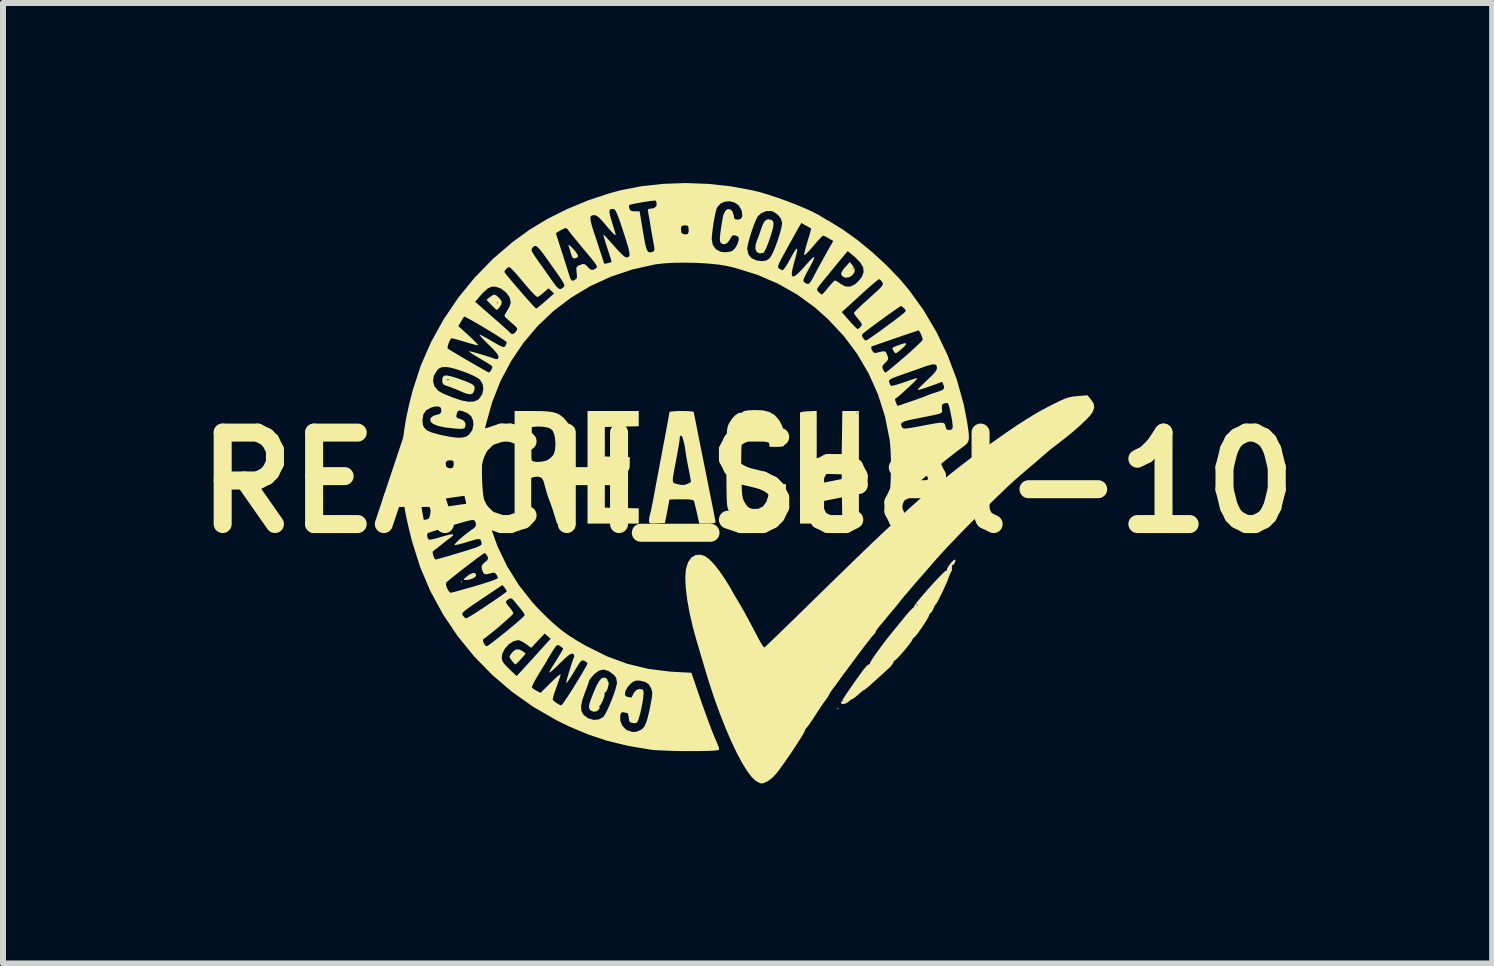
<source format=kicad_pcb>
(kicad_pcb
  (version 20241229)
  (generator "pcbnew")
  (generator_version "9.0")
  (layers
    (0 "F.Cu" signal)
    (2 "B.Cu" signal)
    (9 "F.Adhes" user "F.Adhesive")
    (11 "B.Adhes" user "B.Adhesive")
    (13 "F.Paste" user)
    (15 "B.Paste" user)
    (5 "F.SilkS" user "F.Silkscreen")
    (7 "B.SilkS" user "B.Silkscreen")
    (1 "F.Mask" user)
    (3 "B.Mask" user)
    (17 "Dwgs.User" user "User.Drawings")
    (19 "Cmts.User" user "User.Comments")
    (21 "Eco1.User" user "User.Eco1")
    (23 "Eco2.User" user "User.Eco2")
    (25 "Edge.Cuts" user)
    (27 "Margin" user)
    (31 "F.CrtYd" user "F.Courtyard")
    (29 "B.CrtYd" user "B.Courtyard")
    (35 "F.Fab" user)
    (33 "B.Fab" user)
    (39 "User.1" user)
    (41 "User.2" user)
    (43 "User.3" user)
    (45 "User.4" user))
  (footprint "REACH_Seal-10"
    (layer "F.Cu")
    (at 9.405 4.992)
    (property "Reference" "REACH_Seal-10" (at 0 0 0) (layer "F.SilkS") (effects (font (size 1.524 1.524) (thickness 0.3))))
    (attr board_only exclude_from_pos_files exclude_from_bom)
    (fp_poly (pts (xy -4.756 1.653) (xy -4.766 1.663) (xy -4.777 1.653) (xy -4.766 1.642)) (stroke (width 0) (type solid)) (fill yes) (layer "F.SilkS"))
    (fp_poly (pts (xy 1.514 3.764) (xy 1.504 3.775) (xy 1.493 3.764) (xy 1.504 3.753)) (stroke (width 0) (type solid)) (fill yes) (layer "F.SilkS"))
    (fp_poly (pts (xy -4.538 1.507) (xy -4.521 1.539) (xy -4.521 1.544) (xy -4.54 1.574) (xy -4.587 1.6) (xy -4.649 1.618) (xy -4.686 1.621) (xy -4.725 1.619) (xy -4.726 1.607) (xy -4.7 1.581) (xy -4.634 1.53) (xy -4.578 1.505)) (stroke (width 0) (type solid)) (fill yes) (layer "F.SilkS"))
    (fp_poly (pts (xy -2.967 -3.954) (xy -2.944 -3.935) (xy -2.896 -3.886) (xy -2.852 -3.831) (xy -2.826 -3.788) (xy -2.826 -3.763) (xy -2.839 -3.752) (xy -2.884 -3.734) (xy -2.916 -3.751) (xy -2.94 -3.807) (xy -2.943 -3.819) (xy -2.961 -3.883) (xy -2.977 -3.933) (xy -2.98 -3.941) (xy -2.984 -3.962)) (stroke (width 0) (type solid)) (fill yes) (layer "F.SilkS"))
    (fp_poly (pts (xy 2.643 -2.309) (xy 2.615 -2.273) (xy 2.58 -2.24) (xy 2.527 -2.195) (xy 2.486 -2.164) (xy 2.469 -2.155) (xy 2.449 -2.171) (xy 2.43 -2.198) (xy 2.416 -2.227) (xy 2.416 -2.244) (xy 2.438 -2.26) (xy 2.49 -2.281) (xy 2.512 -2.289) (xy 2.592 -2.317) (xy 2.636 -2.324)) (stroke (width 0) (type solid)) (fill yes) (layer "F.SilkS"))
    (fp_poly (pts (xy -3.744 2.81) (xy -3.696 2.848) (xy -3.775 2.938) (xy -3.821 2.987) (xy -3.855 3.02) (xy -3.867 3.028) (xy -3.886 3.013) (xy -3.919 2.977) (xy -3.923 2.972) (xy -3.953 2.93) (xy -3.967 2.902) (xy -3.967 2.9) (xy -3.955 2.875) (xy -3.926 2.833) (xy -3.923 2.829) (xy -3.867 2.782) (xy -3.805 2.778)) (stroke (width 0) (type solid)) (fill yes) (layer "F.SilkS"))
    (fp_poly (pts (xy 1.747 -3.624) (xy 1.784 -3.563) (xy 1.783 -3.51) (xy 1.748 -3.459) (xy 1.692 -3.422) (xy 1.631 -3.414) (xy 1.582 -3.438) (xy 1.561 -3.469) (xy 1.564 -3.504) (xy 1.595 -3.552) (xy 1.612 -3.572) (xy 1.749 -3.572) (xy 1.759 -3.562) (xy 1.77 -3.572) (xy 1.759 -3.583) (xy 1.749 -3.572) (xy 1.612 -3.572) (xy 1.63 -3.594) (xy 1.704 -3.676)) (stroke (width 0) (type solid)) (fill yes) (layer "F.SilkS"))
    (fp_poly (pts (xy -1.813 -0.94) (xy -2.095 -0.934) (xy -2.378 -0.928) (xy -2.378 -0.437) (xy -2.17 -0.431) (xy -1.962 -0.425) (xy -1.962 -0.346) (xy -1.964 -0.268) (xy -1.974 -0.218) (xy -2 -0.189) (xy -2.049 -0.174) (xy -2.13 -0.168) (xy -2.183 -0.166) (xy -2.378 -0.16) (xy -2.378 0.416) (xy -2.095 0.422) (xy -1.813 0.428) (xy -1.813 0.682) (xy -2.666 0.682) (xy -2.666 -1.194) (xy -1.813 -1.194)) (stroke (width 0) (type solid)) (fill yes) (layer "F.SilkS"))
    (fp_poly (pts (xy -4.186 -3.119) (xy -4.142 -3.082) (xy -4.107 -3.038) (xy -4.095 -3.006) (xy -4.106 -2.966) (xy -4.133 -2.921) (xy -4.163 -2.887) (xy -4.179 -2.879) (xy -4.199 -2.893) (xy -4.238 -2.93) (xy -4.27 -2.963) (xy -4.301 -2.996) (xy -4.18 -2.996) (xy -4.169 -2.986) (xy -4.159 -2.996) (xy -4.169 -3.007) (xy -4.18 -2.996) (xy -4.301 -2.996) (xy -4.349 -3.048) (xy -4.294 -3.091) (xy -4.251 -3.121) (xy -4.224 -3.135) (xy -4.223 -3.135)) (stroke (width 0) (type solid)) (fill yes) (layer "F.SilkS"))
    (fp_poly (pts (xy 0.399 -4.378) (xy 0.425 -4.354) (xy 0.433 -4.31) (xy 0.423 -4.241) (xy 0.395 -4.141) (xy 0.373 -4.074) (xy 0.339 -3.977) (xy 0.306 -3.898) (xy 0.279 -3.847) (xy 0.264 -3.83) (xy 0.201 -3.819) (xy 0.154 -3.843) (xy 0.154 -3.843) (xy 0.131 -3.894) (xy 0.135 -3.967) (xy 0.158 -4.038) (xy 0.185 -4.105) (xy 0.211 -4.181) (xy 0.214 -4.191) (xy 0.248 -4.289) (xy 0.28 -4.351) (xy 0.314 -4.382) (xy 0.354 -4.388)) (stroke (width 0) (type solid)) (fill yes) (layer "F.SilkS"))
    (fp_poly (pts (xy 1.152 -0.404) (xy 1.36 -0.41) (xy 1.568 -0.416) (xy 1.579 -1.162) (xy 1.813 -1.162) (xy 1.823 -1.152) (xy 1.834 -1.162) (xy 1.823 -1.173) (xy 1.813 -1.162) (xy 1.579 -1.162) (xy 1.579 -1.194) (xy 1.855 -1.194) (xy 1.855 0.682) (xy 1.579 0.682) (xy 1.573 0.272) (xy 1.568 -0.139) (xy 1.36 -0.145) (xy 1.152 -0.151) (xy 1.152 0.682) (xy 0.874 0.682) (xy 0.874 -0.235) (xy 0.874 -0.428) (xy 0.874 -0.609) (xy 0.874 -0.772) (xy 0.874 -0.913) (xy 0.874 -1.027) (xy 0.874 -1.11) (xy 0.874 -1.158) (xy 0.874 -1.168) (xy 0.894 -1.177) (xy 0.944 -1.185) (xy 1.013 -1.19) (xy 1.152 -1.196)) (stroke (width 0) (type solid)) (fill yes) (layer "F.SilkS"))
    (fp_poly (pts (xy -4.948 -1.774) (xy -4.848 -1.744) (xy -4.798 -1.726) (xy -4.69 -1.687) (xy -4.617 -1.656) (xy -4.573 -1.63) (xy -4.551 -1.603) (xy -4.547 -1.572) (xy -4.552 -1.539) (xy -4.577 -1.488) (xy -4.622 -1.471) (xy -4.692 -1.486) (xy -4.732 -1.502) (xy -4.789 -1.526) (xy -4.798 -1.53) (xy -4.879 -1.564) (xy -4.933 -1.585) (xy -4.974 -1.6) (xy -5.014 -1.613) (xy -5.022 -1.616) (xy -5.067 -1.636) (xy -5.084 -1.67) (xy -5.086 -1.708) (xy -5.085 -1.72) (xy -5.005 -1.72) (xy -5.002 -1.708) (xy -4.99 -1.706) (xy -4.973 -1.714) (xy -4.976 -1.72) (xy -5.002 -1.723) (xy -5.005 -1.72) (xy -5.085 -1.72) (xy -5.08 -1.754) (xy -5.059 -1.78) (xy -5.016 -1.787)) (stroke (width 0) (type solid)) (fill yes) (layer "F.SilkS"))
    (fp_poly (pts (xy -2.369 3.252) (xy -2.338 3.269) (xy -2.335 3.284) (xy -2.33 3.306) (xy -2.323 3.31) (xy -2.313 3.332) (xy -2.318 3.378) (xy -2.332 3.431) (xy -2.352 3.476) (xy -2.372 3.497) (xy -2.374 3.498) (xy -2.386 3.507) (xy -2.383 3.511) (xy -2.382 3.537) (xy -2.395 3.586) (xy -2.417 3.642) (xy -2.442 3.691) (xy -2.462 3.716) (xy -2.473 3.73) (xy -2.468 3.732) (xy -2.463 3.748) (xy -2.474 3.775) (xy -2.513 3.809) (xy -2.567 3.816) (xy -2.617 3.794) (xy -2.619 3.792) (xy -2.637 3.766) (xy -2.642 3.731) (xy -2.633 3.679) (xy -2.608 3.604) (xy -2.569 3.504) (xy -2.519 3.389) (xy -2.477 3.311) (xy -2.439 3.265) (xy -2.401 3.248)) (stroke (width 0) (type solid)) (fill yes) (layer "F.SilkS"))
    (fp_poly (pts (xy -3.588 -1.194) (xy -3.442 -1.193) (xy -3.33 -1.187) (xy -3.245 -1.175) (xy -3.179 -1.156) (xy -3.124 -1.127) (xy -3.073 -1.088) (xy -3.067 -1.083) (xy -2.983 -0.983) (xy -2.928 -0.859) (xy -2.901 -0.723) (xy -2.902 -0.582) (xy -2.931 -0.446) (xy -2.989 -0.325) (xy -3.048 -0.252) (xy -3.096 -0.202) (xy -3.127 -0.16) (xy -3.135 -0.142) (xy -3.129 -0.115) (xy -3.112 -0.056) (xy -3.087 0.027) (xy -3.057 0.124) (xy -3.025 0.229) (xy -2.992 0.331) (xy -2.962 0.423) (xy -2.938 0.496) (xy -2.921 0.542) (xy -2.921 0.544) (xy -2.893 0.614) (xy -2.886 0.655) (xy -2.906 0.675) (xy -2.958 0.682) (xy -3.026 0.682) (xy -3.175 0.682) (xy -3.222 0.528) (xy -3.249 0.442) (xy -3.276 0.363) (xy -3.297 0.309) (xy -3.298 0.307) (xy -3.32 0.248) (xy -3.345 0.17) (xy -3.357 0.126) (xy -3.378 0.052) (xy -3.395 -0.011) (xy -3.403 -0.037) (xy -3.436 -0.085) (xy -3.496 -0.101) (xy -3.549 -0.095) (xy -3.604 -0.081) (xy -3.604 0.682) (xy -3.881 0.682) (xy -3.881 -0.47) (xy -3.601 -0.47) (xy -3.6 -0.406) (xy -3.597 -0.374) (xy -3.597 -0.373) (xy -3.569 -0.354) (xy -3.514 -0.346) (xy -3.444 -0.348) (xy -3.375 -0.361) (xy -3.336 -0.375) (xy -3.278 -0.415) (xy -3.234 -0.465) (xy -3.23 -0.471) (xy -3.207 -0.548) (xy -3.2 -0.647) (xy -3.209 -0.752) (xy -3.223 -0.811) (xy -3.249 -0.87) (xy -3.292 -0.904) (xy -3.324 -0.916) (xy -3.397 -0.931) (xy -3.479 -0.935) (xy -3.498 -0.935) (xy -3.594 -0.928) (xy -3.6 -0.662) (xy -3.601 -0.559) (xy -3.601 -0.47) (xy -3.881 -0.47) (xy -3.881 -1.194)) (stroke (width 0) (type solid)) (fill yes) (layer "F.SilkS"))
    (fp_poly (pts (xy -1.011 -1.193) (xy -0.943 -1.188) (xy -0.903 -1.182) (xy -0.896 -1.177) (xy -0.892 -1.153) (xy -0.88 -1.092) (xy -0.861 -0.998) (xy -0.837 -0.875) (xy -0.808 -0.727) (xy -0.774 -0.56) (xy -0.738 -0.378) (xy -0.714 -0.262) (xy -0.676 -0.072) (xy -0.641 0.106) (xy -0.609 0.266) (xy -0.581 0.405) (xy -0.559 0.518) (xy -0.543 0.601) (xy -0.535 0.649) (xy -0.533 0.659) (xy -0.553 0.673) (xy -0.61 0.681) (xy -0.669 0.682) (xy -0.804 0.682) (xy -0.841 0.517) (xy -0.86 0.434) (xy -0.877 0.363) (xy -0.887 0.319) (xy -0.889 0.315) (xy -0.899 0.297) (xy -0.923 0.286) (xy -0.969 0.28) (xy -1.046 0.277) (xy -1.1 0.277) (xy -1.187 0.278) (xy -1.255 0.279) (xy -1.295 0.281) (xy -1.302 0.283) (xy -1.306 0.304) (xy -1.316 0.359) (xy -1.331 0.435) (xy -1.339 0.48) (xy -1.376 0.672) (xy -1.509 0.678) (xy -1.582 0.681) (xy -1.621 0.677) (xy -1.638 0.664) (xy -1.642 0.639) (xy -1.642 0.633) (xy -1.636 0.574) (xy -1.623 0.52) (xy -1.611 0.475) (xy -1.595 0.398) (xy -1.576 0.302) (xy -1.559 0.213) (xy -1.542 0.123) (xy -1.52 0.000187) (xy -1.511 -0.048) (xy -1.246 -0.048) (xy -1.243 -0.017) (xy -1.234 0.001) (xy -1.217 0.011) (xy -1.193 0.017) (xy -1.188 0.019) (xy -1.105 0.038) (xy -1.043 0.036) (xy -0.996 0.018) (xy -0.958 -0.002) (xy -0.943 -0.01) (xy -0.945 -0.032) (xy -0.954 -0.085) (xy -0.968 -0.162) (xy -0.979 -0.215) (xy -0.999 -0.317) (xy -1.017 -0.415) (xy -1.03 -0.494) (xy -1.033 -0.517) (xy -1.042 -0.583) (xy -1.051 -0.632) (xy -1.054 -0.645) (xy -1.065 -0.685) (xy -1.076 -0.73) (xy -1.094 -0.776) (xy -1.114 -0.787) (xy -1.128 -0.763) (xy -1.13 -0.74) (xy -1.134 -0.701) (xy -1.145 -0.629) (xy -1.161 -0.536) (xy -1.18 -0.431) (xy -1.181 -0.425) (xy -1.208 -0.282) (xy -1.228 -0.175) (xy -1.241 -0.099) (xy -1.246 -0.048) (xy -1.511 -0.048) (xy -1.492 -0.147) (xy -1.462 -0.308) (xy -1.43 -0.475) (xy -1.408 -0.595) (xy -1.379 -0.745) (xy -1.354 -0.881) (xy -1.332 -0.998) (xy -1.316 -1.09) (xy -1.305 -1.151) (xy -1.301 -1.177) (xy -1.301 -1.177) (xy -1.281 -1.184) (xy -1.228 -1.19) (xy -1.151 -1.194) (xy -1.098 -1.194)) (stroke (width 0) (type solid)) (fill yes) (layer "F.SilkS"))
    (fp_poly (pts (xy 0.253 -1.205) (xy 0.364 -1.178) (xy 0.451 -1.126) (xy 0.523 -1.046) (xy 0.539 -1.021) (xy 0.571 -0.957) (xy 0.599 -0.88) (xy 0.62 -0.799) (xy 0.633 -0.726) (xy 0.634 -0.671) (xy 0.622 -0.645) (xy 0.621 -0.644) (xy 0.606 -0.625) (xy 0.609 -0.617) (xy 0.596 -0.606) (xy 0.551 -0.599) (xy 0.494 -0.597) (xy 0.368 -0.597) (xy 0.354 -0.686) (xy 0.333 -0.766) (xy 0.3 -0.846) (xy 0.294 -0.857) (xy 0.235 -0.926) (xy 0.16 -0.956) (xy 0.074 -0.947) (xy 0.028 -0.927) (xy -0.013 -0.899) (xy -0.046 -0.86) (xy -0.07 -0.807) (xy -0.088 -0.733) (xy -0.099 -0.636) (xy -0.104 -0.508) (xy -0.105 -0.347) (xy -0.103 -0.206) (xy -0.101 -0.055) (xy -0.098 0.059) (xy -0.094 0.144) (xy -0.088 0.206) (xy -0.08 0.251) (xy -0.069 0.286) (xy -0.054 0.317) (xy -0.045 0.335) (xy -0.005 0.393) (xy 0.037 0.424) (xy 0.089 0.438) (xy 0.182 0.435) (xy 0.258 0.395) (xy 0.314 0.32) (xy 0.349 0.211) (xy 0.356 0.162) (xy 0.366 0.094) (xy 0.383 0.053) (xy 0.417 0.033) (xy 0.478 0.026) (xy 0.538 0.025) (xy 0.64 0.025) (xy 0.639 0.125) (xy 0.632 0.227) (xy 0.614 0.329) (xy 0.587 0.421) (xy 0.556 0.495) (xy 0.522 0.542) (xy 0.496 0.554) (xy 0.471 0.571) (xy 0.469 0.582) (xy 0.452 0.61) (xy 0.411 0.643) (xy 0.406 0.647) (xy 0.35 0.667) (xy 0.266 0.683) (xy 0.167 0.693) (xy 0.067 0.697) (xy -0.018 0.693) (xy -0.067 0.684) (xy -0.129 0.657) (xy -0.186 0.619) (xy -0.229 0.579) (xy -0.247 0.545) (xy -0.246 0.538) (xy -0.247 0.52) (xy -0.255 0.522) (xy -0.277 0.514) (xy -0.306 0.477) (xy -0.314 0.465) (xy -0.325 0.441) (xy -0.333 0.412) (xy -0.34 0.372) (xy -0.345 0.317) (xy -0.348 0.241) (xy -0.35 0.14) (xy -0.351 0.008) (xy -0.352 -0.159) (xy -0.352 -0.256) (xy -0.352 -0.44) (xy -0.351 -0.586) (xy -0.35 -0.7) (xy -0.348 -0.787) (xy -0.344 -0.851) (xy -0.338 -0.899) (xy -0.331 -0.934) (xy -0.321 -0.962) (xy -0.308 -0.988) (xy -0.304 -0.995) (xy -0.259 -1.065) (xy -0.206 -1.122) (xy -0.155 -1.158) (xy -0.116 -1.165) (xy -0.115 -1.164) (xy -0.086 -1.17) (xy -0.08 -1.179) (xy -0.053 -1.194) (xy 0.013 -1.205) (xy 0.111 -1.21)) (stroke (width 0) (type solid)) (fill yes) (layer "F.SilkS"))
    (fp_poly (pts (xy 3.464 1.296) (xy 3.456 1.328) (xy 3.434 1.363) (xy 3.416 1.371) (xy 3.404 1.384) (xy 3.406 1.408) (xy 3.406 1.456) (xy 3.396 1.477) (xy 3.377 1.513) (xy 3.354 1.571) (xy 3.348 1.589) (xy 3.328 1.642) (xy 3.296 1.715) (xy 3.258 1.798) (xy 3.218 1.88) (xy 3.181 1.953) (xy 3.152 2.005) (xy 3.136 2.026) (xy 3.119 2.051) (xy 3.097 2.099) (xy 3.094 2.106) (xy 3.07 2.152) (xy 3.049 2.175) (xy 3.047 2.175) (xy 3.03 2.192) (xy 3.028 2.202) (xy 3.017 2.232) (xy 2.987 2.285) (xy 2.945 2.352) (xy 2.897 2.424) (xy 2.849 2.492) (xy 2.808 2.545) (xy 2.779 2.576) (xy 2.772 2.581) (xy 2.752 2.597) (xy 2.751 2.607) (xy 2.738 2.634) (xy 2.703 2.683) (xy 2.654 2.745) (xy 2.598 2.812) (xy 2.543 2.876) (xy 2.494 2.928) (xy 2.46 2.959) (xy 2.45 2.964) (xy 2.433 2.981) (xy 2.431 2.993) (xy 2.416 3.022) (xy 2.378 3.068) (xy 2.328 3.116) (xy 2.204 3.229) (xy 2.108 3.315) (xy 2.037 3.379) (xy 1.987 3.421) (xy 1.956 3.445) (xy 1.941 3.455) (xy 1.939 3.455) (xy 1.917 3.468) (xy 1.876 3.503) (xy 1.846 3.53) (xy 1.797 3.572) (xy 1.759 3.599) (xy 1.747 3.604) (xy 1.719 3.618) (xy 1.685 3.647) (xy 1.642 3.676) (xy 1.598 3.689) (xy 1.565 3.683) (xy 1.557 3.667) (xy 1.568 3.642) (xy 1.572 3.636) (xy 1.578 3.636) (xy 1.589 3.647) (xy 1.599 3.636) (xy 1.589 3.626) (xy 1.578 3.636) (xy 1.572 3.636) (xy 1.6 3.59) (xy 1.647 3.518) (xy 1.705 3.434) (xy 1.708 3.43) (xy 1.799 3.299) (xy 1.87 3.2) (xy 1.923 3.128) (xy 1.962 3.079) (xy 1.989 3.049) (xy 2.008 3.034) (xy 2.022 3.029) (xy 2.04 3.018) (xy 2.038 3.009) (xy 2.047 2.988) (xy 2.077 2.94) (xy 2.123 2.872) (xy 2.181 2.791) (xy 2.245 2.704) (xy 2.31 2.618) (xy 2.371 2.54) (xy 2.424 2.476) (xy 2.426 2.473) (xy 2.45 2.444) (xy 2.494 2.39) (xy 2.551 2.32) (xy 2.594 2.266) (xy 2.654 2.194) (xy 2.705 2.136) (xy 2.741 2.099) (xy 2.754 2.09) (xy 2.772 2.074) (xy 2.772 2.067) (xy 2.786 2.042) (xy 2.789 2.037) (xy 2.815 2.037) (xy 2.826 2.047) (xy 2.836 2.037) (xy 2.826 2.026) (xy 2.815 2.037) (xy 2.789 2.037) (xy 2.822 1.992) (xy 2.877 1.925) (xy 2.944 1.846) (xy 3.018 1.762) (xy 3.093 1.678) (xy 3.166 1.6) (xy 3.229 1.535) (xy 3.277 1.488) (xy 3.306 1.465) (xy 3.311 1.464) (xy 3.324 1.465) (xy 3.321 1.457) (xy 3.326 1.431) (xy 3.351 1.387) (xy 3.388 1.339) (xy 3.425 1.299) (xy 3.453 1.28) (xy 3.456 1.28)) (stroke (width 0) (type solid)) (fill yes) (layer "F.SilkS"))
    (fp_poly (pts (xy 5.722 -1.387) (xy 5.767 -1.318) (xy 5.776 -1.253) (xy 5.75 -1.179) (xy 5.749 -1.177) (xy 5.71 -1.122) (xy 5.641 -1.048) (xy 5.548 -0.96) (xy 5.438 -0.862) (xy 5.315 -0.761) (xy 5.186 -0.661) (xy 5.172 -0.65) (xy 5.099 -0.595) (xy 5.03 -0.54) (xy 4.952 -0.473) (xy 4.907 -0.434) (xy 4.856 -0.39) (xy 4.785 -0.328) (xy 4.705 -0.261) (xy 4.671 -0.232) (xy 4.586 -0.159) (xy 4.51 -0.094) (xy 4.438 -0.03) (xy 4.365 0.037) (xy 4.286 0.111) (xy 4.197 0.197) (xy 4.091 0.3) (xy 3.965 0.425) (xy 3.828 0.561) (xy 3.698 0.691) (xy 3.567 0.824) (xy 3.441 0.955) (xy 3.325 1.077) (xy 3.227 1.183) (xy 3.152 1.266) (xy 3.146 1.273) (xy 3.067 1.364) (xy 2.995 1.447) (xy 2.935 1.516) (xy 2.894 1.562) (xy 2.884 1.574) (xy 2.844 1.619) (xy 2.79 1.682) (xy 2.745 1.734) (xy 2.695 1.793) (xy 2.655 1.841) (xy 2.634 1.864) (xy 2.61 1.892) (xy 2.569 1.942) (xy 2.528 1.994) (xy 2.48 2.054) (xy 2.441 2.102) (xy 2.421 2.124) (xy 2.396 2.154) (xy 2.355 2.203) (xy 2.325 2.24) (xy 2.269 2.308) (xy 2.213 2.374) (xy 2.191 2.4) (xy 2.155 2.448) (xy 2.134 2.484) (xy 2.133 2.491) (xy 2.118 2.518) (xy 2.114 2.52) (xy 2.093 2.54) (xy 2.05 2.593) (xy 1.984 2.678) (xy 1.897 2.792) (xy 1.79 2.935) (xy 1.691 3.069) (xy 1.652 3.121) (xy 1.606 3.182) (xy 1.599 3.191) (xy 1.551 3.257) (xy 1.5 3.328) (xy 1.493 3.338) (xy 1.454 3.392) (xy 1.422 3.433) (xy 1.416 3.441) (xy 1.39 3.478) (xy 1.359 3.531) (xy 1.358 3.534) (xy 1.326 3.588) (xy 1.297 3.628) (xy 1.296 3.629) (xy 1.274 3.658) (xy 1.235 3.714) (xy 1.184 3.79) (xy 1.132 3.871) (xy 1.078 3.955) (xy 1.03 4.024) (xy 0.995 4.072) (xy 0.978 4.091) (xy 0.96 4.116) (xy 0.959 4.123) (xy 0.947 4.152) (xy 0.914 4.21) (xy 0.865 4.289) (xy 0.804 4.384) (xy 0.735 4.488) (xy 0.662 4.595) (xy 0.59 4.698) (xy 0.522 4.791) (xy 0.485 4.84) (xy 0.415 4.915) (xy 0.338 4.973) (xy 0.265 5.007) (xy 0.231 5.012) (xy 0.195 5) (xy 0.145 4.974) (xy 0.142 4.972) (xy 0.073 4.909) (xy -0.004 4.809) (xy -0.088 4.674) (xy -0.176 4.509) (xy -0.268 4.317) (xy -0.361 4.102) (xy -0.454 3.867) (xy -0.546 3.616) (xy -0.633 3.353) (xy -0.694 3.156) (xy -0.732 3.028) (xy -0.771 2.897) (xy -0.807 2.775) (xy -0.836 2.678) (xy -0.841 2.662) (xy -0.91 2.412) (xy -0.965 2.174) (xy -1.005 1.954) (xy -1.029 1.756) (xy -1.037 1.586) (xy -1.028 1.449) (xy -1.025 1.435) (xy -0.991 1.325) (xy -0.936 1.247) (xy -0.865 1.205) (xy -0.781 1.2) (xy -0.705 1.226) (xy -0.638 1.275) (xy -0.559 1.357) (xy -0.471 1.468) (xy -0.379 1.601) (xy -0.287 1.751) (xy -0.256 1.807) (xy -0.228 1.856) (xy -0.187 1.926) (xy -0.146 1.994) (xy -0.106 2.062) (xy -0.061 2.141) (xy -0.008 2.237) (xy 0.056 2.357) (xy 0.134 2.504) (xy 0.188 2.608) (xy 0.226 2.675) (xy 0.258 2.725) (xy 0.278 2.746) (xy 0.28 2.746) (xy 0.298 2.731) (xy 0.343 2.688) (xy 0.413 2.621) (xy 0.505 2.533) (xy 0.614 2.427) (xy 0.74 2.305) (xy 0.878 2.17) (xy 1.025 2.026) (xy 1.049 2.003) (xy 1.282 1.775) (xy 1.487 1.575) (xy 1.668 1.399) (xy 1.827 1.245) (xy 1.967 1.11) (xy 2.091 0.99) (xy 2.202 0.885) (xy 2.303 0.79) (xy 2.397 0.703) (xy 2.432 0.67) (xy 2.564 0.549) (xy 2.669 0.452) (xy 2.753 0.376) (xy 2.819 0.317) (xy 2.873 0.269) (xy 2.919 0.23) (xy 2.962 0.195) (xy 3.006 0.16) (xy 3.008 0.158) (xy 3.092 0.09) (xy 3.189 0.011) (xy 3.278 -0.062) (xy 3.282 -0.065) (xy 3.37 -0.138) (xy 3.473 -0.22) (xy 3.597 -0.316) (xy 3.747 -0.43) (xy 3.827 -0.491) (xy 3.897 -0.542) (xy 3.99 -0.609) (xy 4.098 -0.685) (xy 4.21 -0.764) (xy 4.319 -0.84) (xy 4.414 -0.905) (xy 4.486 -0.953) (xy 4.5 -0.963) (xy 4.63 -1.046) (xy 4.736 -1.112) (xy 4.828 -1.167) (xy 4.916 -1.216) (xy 5.012 -1.267) (xy 5.095 -1.309) (xy 5.203 -1.362) (xy 5.285 -1.398) (xy 5.353 -1.421) (xy 5.417 -1.434) (xy 5.491 -1.442) (xy 5.501 -1.443) (xy 5.664 -1.456)) (stroke (width 0) (type solid)) (fill yes) (layer "F.SilkS"))
    (fp_poly (pts (xy -0.65 -4.978) (xy -0.279 -4.938) (xy 0.076 -4.872) (xy 0.213 -4.838) (xy 0.355 -4.796) (xy 0.511 -4.744) (xy 0.671 -4.686) (xy 0.828 -4.625) (xy 0.973 -4.564) (xy 1.096 -4.507) (xy 1.19 -4.458) (xy 1.21 -4.445) (xy 1.256 -4.417) (xy 1.321 -4.379) (xy 1.359 -4.358) (xy 1.595 -4.213) (xy 1.839 -4.037) (xy 2.082 -3.837) (xy 2.316 -3.621) (xy 2.532 -3.398) (xy 2.691 -3.21) (xy 2.935 -2.871) (xy 3.151 -2.505) (xy 3.336 -2.117) (xy 3.487 -1.717) (xy 3.601 -1.309) (xy 3.657 -1.024) (xy 3.676 -0.896) (xy 3.687 -0.803) (xy 3.688 -0.736) (xy 3.678 -0.689) (xy 3.656 -0.652) (xy 3.619 -0.619) (xy 3.588 -0.596) (xy 3.494 -0.526) (xy 3.375 -0.434) (xy 3.238 -0.324) (xy 3.088 -0.202) (xy 2.933 -0.074) (xy 2.78 0.055) (xy 2.634 0.18) (xy 2.503 0.294) (xy 2.433 0.357) (xy 2.386 0.398) (xy 2.353 0.423) (xy 2.345 0.426) (xy 2.343 0.407) (xy 2.346 0.355) (xy 2.356 0.28) (xy 2.361 0.24) (xy 2.376 0.113) (xy 2.385 -0.042) (xy 2.389 -0.212) (xy 2.389 -0.383) (xy 2.383 -0.543) (xy 2.372 -0.678) (xy 2.367 -0.719) (xy 2.316 -0.975) (xy 2.557 -0.975) (xy 2.565 -0.943) (xy 2.579 -0.918) (xy 2.592 -0.907) (xy 2.618 -0.902) (xy 2.662 -0.905) (xy 2.731 -0.915) (xy 2.832 -0.933) (xy 2.895 -0.945) (xy 3.031 -0.971) (xy 3.131 -0.989) (xy 3.201 -0.998) (xy 3.246 -0.999) (xy 3.274 -0.99) (xy 3.288 -0.973) (xy 3.296 -0.947) (xy 3.298 -0.937) (xy 3.313 -0.892) (xy 3.342 -0.877) (xy 3.367 -0.879) (xy 3.404 -0.888) (xy 3.418 -0.914) (xy 3.417 -0.96) (xy 3.41 -1.019) (xy 3.396 -1.101) (xy 3.378 -1.187) (xy 3.361 -1.265) (xy 3.346 -1.309) (xy 3.33 -1.328) (xy 3.307 -1.328) (xy 3.288 -1.324) (xy 3.25 -1.308) (xy 3.237 -1.279) (xy 3.238 -1.232) (xy 3.241 -1.206) (xy 3.242 -1.186) (xy 3.236 -1.171) (xy 3.217 -1.157) (xy 3.18 -1.144) (xy 3.121 -1.13) (xy 3.035 -1.112) (xy 2.915 -1.088) (xy 2.799 -1.065) (xy 2.688 -1.042) (xy 2.613 -1.021) (xy 2.572 -1) (xy 2.557 -0.975) (xy 2.316 -0.975) (xy 2.29 -1.103) (xy 2.174 -1.469) (xy 2.072 -1.699) (xy 2.357 -1.699) (xy 2.358 -1.679) (xy 2.359 -1.676) (xy 2.376 -1.633) (xy 2.387 -1.615) (xy 2.412 -1.615) (xy 2.468 -1.628) (xy 2.546 -1.652) (xy 2.612 -1.674) (xy 2.699 -1.705) (xy 2.77 -1.728) (xy 2.817 -1.74) (xy 2.83 -1.741) (xy 2.819 -1.724) (xy 2.784 -1.686) (xy 2.73 -1.634) (xy 2.667 -1.574) (xy 2.6 -1.513) (xy 2.538 -1.458) (xy 2.488 -1.417) (xy 2.457 -1.395) (xy 2.459 -1.376) (xy 2.472 -1.338) (xy 2.488 -1.299) (xy 2.501 -1.28) (xy 2.501 -1.28) (xy 2.523 -1.286) (xy 2.577 -1.304) (xy 2.654 -1.331) (xy 2.743 -1.361) (xy 2.837 -1.394) (xy 2.917 -1.423) (xy 2.974 -1.444) (xy 2.998 -1.454) (xy 3.028 -1.467) (xy 3.085 -1.487) (xy 3.135 -1.503) (xy 3.214 -1.53) (xy 3.258 -1.552) (xy 3.275 -1.575) (xy 3.272 -1.606) (xy 3.265 -1.626) (xy 3.244 -1.68) (xy 3.099 -1.628) (xy 2.988 -1.588) (xy 2.912 -1.563) (xy 2.865 -1.549) (xy 2.842 -1.547) (xy 2.836 -1.551) (xy 2.851 -1.57) (xy 2.891 -1.611) (xy 2.949 -1.667) (xy 2.996 -1.712) (xy 3.079 -1.791) (xy 3.13 -1.85) (xy 3.154 -1.894) (xy 3.156 -1.911) (xy 3.15 -1.951) (xy 3.125 -1.971) (xy 3.078 -1.97) (xy 3.001 -1.95) (xy 2.941 -1.93) (xy 2.85 -1.897) (xy 2.736 -1.857) (xy 2.619 -1.816) (xy 2.564 -1.797) (xy 2.468 -1.762) (xy 2.405 -1.737) (xy 2.371 -1.717) (xy 2.357 -1.699) (xy 2.072 -1.699) (xy 2.02 -1.815) (xy 1.829 -2.141) (xy 1.744 -2.256) (xy 2.059 -2.256) (xy 2.067 -2.22) (xy 2.073 -2.206) (xy 2.102 -2.166) (xy 2.14 -2.161) (xy 2.142 -2.162) (xy 2.22 -2.182) (xy 2.267 -2.19) (xy 2.294 -2.185) (xy 2.309 -2.167) (xy 2.32 -2.144) (xy 2.342 -2.087) (xy 2.338 -2.048) (xy 2.305 -2.007) (xy 2.289 -1.993) (xy 2.253 -1.953) (xy 2.245 -1.921) (xy 2.257 -1.887) (xy 2.28 -1.848) (xy 2.298 -1.834) (xy 2.318 -1.847) (xy 2.366 -1.884) (xy 2.434 -1.941) (xy 2.519 -2.012) (xy 2.613 -2.093) (xy 2.708 -2.176) (xy 2.791 -2.252) (xy 2.857 -2.314) (xy 2.901 -2.358) (xy 2.918 -2.379) (xy 2.913 -2.41) (xy 2.897 -2.457) (xy 2.875 -2.504) (xy 2.856 -2.534) (xy 2.85 -2.538) (xy 2.829 -2.531) (xy 2.776 -2.513) (xy 2.698 -2.487) (xy 2.601 -2.454) (xy 2.495 -2.418) (xy 2.386 -2.38) (xy 2.282 -2.344) (xy 2.191 -2.313) (xy 2.12 -2.288) (xy 2.076 -2.273) (xy 2.074 -2.272) (xy 2.059 -2.256) (xy 1.744 -2.256) (xy 1.602 -2.446) (xy 1.591 -2.457) (xy 1.905 -2.457) (xy 1.916 -2.423) (xy 1.923 -2.413) (xy 1.952 -2.378) (xy 1.973 -2.368) (xy 1.996 -2.38) (xy 2.048 -2.414) (xy 2.121 -2.465) (xy 2.21 -2.528) (xy 2.282 -2.581) (xy 2.404 -2.671) (xy 2.496 -2.74) (xy 2.561 -2.79) (xy 2.604 -2.825) (xy 2.627 -2.849) (xy 2.635 -2.866) (xy 2.632 -2.879) (xy 2.621 -2.892) (xy 2.611 -2.902) (xy 2.577 -2.933) (xy 2.556 -2.943) (xy 2.535 -2.931) (xy 2.486 -2.898) (xy 2.417 -2.85) (xy 2.334 -2.791) (xy 2.243 -2.725) (xy 2.152 -2.659) (xy 2.067 -2.596) (xy 1.996 -2.542) (xy 1.943 -2.501) (xy 1.923 -2.484) (xy 1.905 -2.457) (xy 1.591 -2.457) (xy 1.338 -2.727) (xy 1.209 -2.842) (xy 1.57 -2.842) (xy 1.694 -2.7) (xy 1.751 -2.637) (xy 1.798 -2.589) (xy 1.828 -2.562) (xy 1.833 -2.559) (xy 1.858 -2.573) (xy 1.884 -2.598) (xy 1.902 -2.623) (xy 1.902 -2.647) (xy 1.879 -2.683) (xy 1.845 -2.724) (xy 1.803 -2.776) (xy 1.777 -2.815) (xy 1.772 -2.829) (xy 1.788 -2.849) (xy 1.83 -2.891) (xy 1.893 -2.952) (xy 1.972 -3.024) (xy 2.024 -3.071) (xy 2.118 -3.156) (xy 2.184 -3.217) (xy 2.226 -3.26) (xy 2.248 -3.29) (xy 2.255 -3.312) (xy 2.25 -3.331) (xy 2.243 -3.343) (xy 2.214 -3.379) (xy 2.192 -3.391) (xy 2.17 -3.377) (xy 2.123 -3.34) (xy 2.057 -3.284) (xy 1.979 -3.214) (xy 1.956 -3.194) (xy 1.868 -3.113) (xy 1.783 -3.036) (xy 1.71 -2.969) (xy 1.659 -2.923) (xy 1.655 -2.919) (xy 1.57 -2.842) (xy 1.209 -2.842) (xy 1.12 -2.921) (xy 0.827 -3.134) (xy 0.671 -3.223) (xy 1.158 -3.223) (xy 1.16 -3.206) (xy 1.171 -3.191) (xy 1.184 -3.177) (xy 1.217 -3.146) (xy 1.237 -3.135) (xy 1.257 -3.15) (xy 1.295 -3.191) (xy 1.342 -3.248) (xy 1.345 -3.252) (xy 1.394 -3.31) (xy 1.434 -3.352) (xy 1.456 -3.37) (xy 1.457 -3.37) (xy 1.483 -3.358) (xy 1.529 -3.328) (xy 1.544 -3.316) (xy 1.628 -3.27) (xy 1.708 -3.266) (xy 1.787 -3.303) (xy 1.835 -3.344) (xy 1.904 -3.428) (xy 1.934 -3.508) (xy 1.926 -3.588) (xy 1.877 -3.67) (xy 1.789 -3.76) (xy 1.763 -3.781) (xy 1.669 -3.859) (xy 1.576 -3.747) (xy 1.524 -3.686) (xy 1.481 -3.634) (xy 1.457 -3.604) (xy 1.432 -3.573) (xy 1.389 -3.52) (xy 1.335 -3.453) (xy 1.318 -3.434) (xy 1.247 -3.347) (xy 1.199 -3.287) (xy 1.17 -3.247) (xy 1.158 -3.223) (xy 0.671 -3.223) (xy 0.506 -3.316) (xy 0.162 -3.464) (xy -0.205 -3.578) (xy -0.308 -3.603) (xy 0.509 -3.603) (xy 0.511 -3.583) (xy 0.523 -3.569) (xy 0.525 -3.568) (xy 0.566 -3.545) (xy 0.586 -3.54) (xy 0.606 -3.558) (xy 0.64 -3.605) (xy 0.681 -3.673) (xy 0.701 -3.71) (xy 0.758 -3.813) (xy 0.797 -3.877) (xy 0.821 -3.902) (xy 0.828 -3.887) (xy 0.82 -3.833) (xy 0.796 -3.739) (xy 0.778 -3.675) (xy 0.748 -3.558) (xy 0.736 -3.479) (xy 0.745 -3.439) (xy 0.773 -3.435) (xy 0.823 -3.469) (xy 0.894 -3.539) (xy 0.94 -3.591) (xy 1.021 -3.681) (xy 1.076 -3.738) (xy 1.106 -3.761) (xy 1.112 -3.749) (xy 1.095 -3.704) (xy 1.055 -3.625) (xy 1.029 -3.578) (xy 0.979 -3.485) (xy 0.948 -3.422) (xy 0.933 -3.381) (xy 0.932 -3.357) (xy 0.942 -3.341) (xy 0.951 -3.334) (xy 0.989 -3.312) (xy 1.019 -3.314) (xy 1.05 -3.344) (xy 1.087 -3.408) (xy 1.098 -3.428) (xy 1.155 -3.537) (xy 1.226 -3.667) (xy 1.302 -3.804) (xy 1.375 -3.934) (xy 1.378 -3.938) (xy 1.428 -4.027) (xy 1.353 -4.071) (xy 1.301 -4.1) (xy 1.265 -4.115) (xy 1.259 -4.116) (xy 1.239 -4.101) (xy 1.198 -4.059) (xy 1.143 -3.998) (xy 1.096 -3.942) (xy 1.036 -3.874) (xy 0.987 -3.823) (xy 0.954 -3.794) (xy 0.943 -3.792) (xy 0.946 -3.821) (xy 0.96 -3.881) (xy 0.982 -3.962) (xy 1 -4.023) (xy 1.027 -4.11) (xy 1.047 -4.18) (xy 1.058 -4.223) (xy 1.06 -4.234) (xy 1.041 -4.245) (xy 0.997 -4.27) (xy 0.976 -4.282) (xy 0.896 -4.327) (xy 0.845 -4.238) (xy 0.815 -4.186) (xy 0.771 -4.107) (xy 0.717 -4.01) (xy 0.658 -3.904) (xy 0.64 -3.871) (xy 0.582 -3.764) (xy 0.542 -3.687) (xy 0.518 -3.636) (xy 0.509 -3.603) (xy -0.308 -3.603) (xy -0.325 -3.607) (xy -0.469 -3.632) (xy -0.643 -3.65) (xy -0.835 -3.662) (xy -1.034 -3.666) (xy -1.227 -3.664) (xy -1.402 -3.653) (xy -1.539 -3.637) (xy -1.919 -3.552) (xy -2.28 -3.431) (xy -2.621 -3.274) (xy -2.938 -3.084) (xy -3.231 -2.862) (xy -3.497 -2.61) (xy -3.734 -2.33) (xy -3.941 -2.023) (xy -4.116 -1.693) (xy -4.256 -1.34) (xy -4.36 -0.966) (xy -4.376 -0.89) (xy -4.401 -0.732) (xy -4.417 -0.545) (xy -4.425 -0.344) (xy -4.426 -0.139) (xy -4.418 0.057) (xy -4.402 0.232) (xy -4.386 0.331) (xy -4.295 0.702) (xy -4.167 1.058) (xy -4.005 1.394) (xy -3.811 1.706) (xy -3.586 1.992) (xy -3.478 2.109) (xy -3.341 2.245) (xy -3.221 2.357) (xy -3.107 2.452) (xy -2.991 2.537) (xy -2.861 2.62) (xy -2.708 2.71) (xy -2.682 2.724) (xy -2.347 2.891) (xy -2.006 3.017) (xy -1.656 3.102) (xy -1.292 3.148) (xy -1.208 3.153) (xy -0.935 3.167) (xy -0.822 3.498) (xy -0.762 3.673) (xy -0.7 3.845) (xy -0.641 4.006) (xy -0.586 4.15) (xy -0.538 4.268) (xy -0.501 4.353) (xy -0.499 4.357) (xy -0.479 4.41) (xy -0.475 4.446) (xy -0.478 4.452) (xy -0.506 4.459) (xy -0.57 4.465) (xy -0.664 4.469) (xy -0.779 4.471) (xy -0.909 4.472) (xy -1.048 4.472) (xy -1.189 4.47) (xy -1.324 4.466) (xy -1.446 4.461) (xy -1.55 4.455) (xy -1.628 4.447) (xy -1.631 4.446) (xy -1.994 4.384) (xy -2.329 4.303) (xy -2.649 4.198) (xy -2.965 4.065) (xy -3.178 3.961) (xy -3.562 3.74) (xy -3.58 3.728) (xy -2.774 3.728) (xy -2.767 3.806) (xy -2.733 3.867) (xy -2.728 3.873) (xy -2.653 3.927) (xy -2.566 3.952) (xy -2.481 3.946) (xy -2.408 3.908) (xy -2.404 3.904) (xy -2.385 3.877) (xy -2.121 3.877) (xy -2.121 3.963) (xy -2.089 4.045) (xy -2.032 4.108) (xy -2 4.127) (xy -1.922 4.153) (xy -1.858 4.152) (xy -1.789 4.125) (xy -1.75 4.099) (xy -1.719 4.062) (xy -1.692 4.006) (xy -1.666 3.925) (xy -1.639 3.812) (xy -1.622 3.729) (xy -1.602 3.625) (xy -1.591 3.554) (xy -1.588 3.504) (xy -1.594 3.466) (xy -1.606 3.429) (xy -1.607 3.426) (xy -1.646 3.36) (xy -1.702 3.321) (xy -1.786 3.3) (xy -1.802 3.298) (xy -1.861 3.298) (xy -1.908 3.318) (xy -1.955 3.356) (xy -2.002 3.412) (xy -2.034 3.472) (xy -2.039 3.489) (xy -2.043 3.537) (xy -2.025 3.56) (xy -1.994 3.57) (xy -1.951 3.579) (xy -1.933 3.579) (xy -1.893 3.5) (xy -1.854 3.456) (xy -1.81 3.438) (xy -1.807 3.437) (xy -1.754 3.444) (xy -1.735 3.466) (xy -1.732 3.507) (xy -1.738 3.578) (xy -1.751 3.668) (xy -1.771 3.768) (xy -1.794 3.866) (xy -1.806 3.909) (xy -1.826 3.97) (xy -1.846 3.999) (xy -1.875 4.007) (xy -1.905 4.005) (xy -1.95 3.996) (xy -1.971 3.973) (xy -1.979 3.92) (xy -1.979 3.919) (xy -1.987 3.867) (xy -1.998 3.84) (xy -2.001 3.838) (xy -2.031 3.833) (xy -2.061 3.826) (xy -2.096 3.825) (xy -2.114 3.852) (xy -2.121 3.877) (xy -2.385 3.877) (xy -2.375 3.863) (xy -2.338 3.792) (xy -2.297 3.701) (xy -2.256 3.6) (xy -2.22 3.501) (xy -2.192 3.413) (xy -2.177 3.347) (xy -2.175 3.328) (xy -2.19 3.251) (xy -2.223 3.205) (xy -2.313 3.139) (xy -2.394 3.114) (xy -2.471 3.129) (xy -2.548 3.185) (xy -2.562 3.2) (xy -2.608 3.252) (xy -2.638 3.294) (xy -2.645 3.312) (xy -2.652 3.343) (xy -2.673 3.401) (xy -2.702 3.477) (xy -2.71 3.498) (xy -2.755 3.627) (xy -2.774 3.728) (xy -3.58 3.728) (xy -3.922 3.486) (xy -4.008 3.413) (xy -3.593 3.413) (xy -3.593 3.413) (xy -3.567 3.436) (xy -3.519 3.465) (xy -3.515 3.468) (xy -3.449 3.502) (xy -3.281 3.335) (xy -3.215 3.271) (xy -3.161 3.223) (xy -3.125 3.196) (xy -3.114 3.194) (xy -3.121 3.224) (xy -3.14 3.284) (xy -3.168 3.363) (xy -3.185 3.41) (xy -3.215 3.494) (xy -3.236 3.564) (xy -3.245 3.609) (xy -3.244 3.62) (xy -3.213 3.649) (xy -3.167 3.682) (xy -3.123 3.705) (xy -3.104 3.711) (xy -3.086 3.693) (xy -3.051 3.645) (xy -3.001 3.571) (xy -2.941 3.478) (xy -2.874 3.371) (xy -2.874 3.371) (xy -2.808 3.263) (xy -2.751 3.167) (xy -2.706 3.089) (xy -2.676 3.035) (xy -2.666 3.012) (xy -2.683 2.99) (xy -2.717 2.969) (xy -2.741 2.961) (xy -2.762 2.964) (xy -2.785 2.985) (xy -2.816 3.028) (xy -2.861 3.1) (xy -2.89 3.149) (xy -2.939 3.229) (xy -2.981 3.292) (xy -3.01 3.331) (xy -3.022 3.341) (xy -3.019 3.318) (xy -3.006 3.264) (xy -2.984 3.187) (xy -2.956 3.097) (xy -2.926 3.003) (xy -2.895 2.913) (xy -2.885 2.887) (xy -2.895 2.861) (xy -2.914 2.849) (xy -2.94 2.851) (xy -2.98 2.875) (xy -3.039 2.925) (xy -3.12 3.003) (xy -3.128 3.011) (xy -3.197 3.078) (xy -3.253 3.129) (xy -3.292 3.16) (xy -3.306 3.166) (xy -3.306 3.166) (xy -3.295 3.138) (xy -3.266 3.087) (xy -3.236 3.039) (xy -3.188 2.963) (xy -3.142 2.889) (xy -3.103 2.825) (xy -3.078 2.779) (xy -3.071 2.763) (xy -3.087 2.748) (xy -3.122 2.723) (xy -3.151 2.706) (xy -3.173 2.707) (xy -3.198 2.731) (xy -3.234 2.784) (xy -3.244 2.8) (xy -3.283 2.862) (xy -3.313 2.911) (xy -3.325 2.932) (xy -3.339 2.958) (xy -3.371 3.011) (xy -3.416 3.086) (xy -3.469 3.172) (xy -3.47 3.173) (xy -3.521 3.259) (xy -3.562 3.333) (xy -3.587 3.387) (xy -3.593 3.413) (xy -4.008 3.413) (xy -4.256 3.201) (xy -4.542 2.908) (xy -4.095 2.908) (xy -4.09 2.952) (xy -4.073 2.993) (xy -4.036 3.039) (xy -3.973 3.102) (xy -3.973 3.103) (xy -3.915 3.158) (xy -3.871 3.199) (xy -3.848 3.219) (xy -3.846 3.22) (xy -3.831 3.205) (xy -3.792 3.163) (xy -3.733 3.099) (xy -3.659 3.018) (xy -3.573 2.924) (xy -3.561 2.91) (xy -3.28 2.6) (xy -3.33 2.557) (xy -3.38 2.513) (xy -3.492 2.632) (xy -3.604 2.752) (xy -3.692 2.687) (xy -3.752 2.65) (xy -3.803 2.627) (xy -3.822 2.623) (xy -3.901 2.642) (xy -3.979 2.693) (xy -4.043 2.765) (xy -4.085 2.847) (xy -4.095 2.908) (xy -4.542 2.908) (xy -4.56 2.889) (xy -4.769 2.632) (xy -4.408 2.632) (xy -4.396 2.672) (xy -4.372 2.709) (xy -4.345 2.726) (xy -4.341 2.725) (xy -4.317 2.71) (xy -4.267 2.673) (xy -4.194 2.617) (xy -4.106 2.547) (xy -4.015 2.474) (xy -3.919 2.395) (xy -3.835 2.324) (xy -3.77 2.266) (xy -3.727 2.225) (xy -3.712 2.207) (xy -3.718 2.19) (xy -3.738 2.158) (xy -3.776 2.108) (xy -3.836 2.034) (xy -3.893 1.966) (xy -3.927 1.932) (xy -3.956 1.928) (xy -3.984 1.943) (xy -4.018 1.968) (xy -4.026 1.992) (xy -4.008 2.027) (xy -3.967 2.076) (xy -3.928 2.126) (xy -3.905 2.167) (xy -3.903 2.178) (xy -3.918 2.199) (xy -3.96 2.24) (xy -4.022 2.296) (xy -4.096 2.361) (xy -4.176 2.43) (xy -4.256 2.495) (xy -4.327 2.552) (xy -4.384 2.595) (xy -4.401 2.606) (xy -4.408 2.632) (xy -4.769 2.632) (xy -4.834 2.551) (xy -5.075 2.192) (xy -4.754 2.192) (xy -4.747 2.208) (xy -4.743 2.215) (xy -4.71 2.25) (xy -4.687 2.261) (xy -4.663 2.249) (xy -4.609 2.218) (xy -4.532 2.17) (xy -4.438 2.109) (xy -4.338 2.042) (xy -4.234 1.972) (xy -4.144 1.91) (xy -4.073 1.86) (xy -4.027 1.825) (xy -4.01 1.81) (xy -4.022 1.785) (xy -4.047 1.75) (xy -4.084 1.705) (xy -4.429 1.937) (xy -4.548 2.017) (xy -4.635 2.077) (xy -4.695 2.121) (xy -4.732 2.152) (xy -4.75 2.175) (xy -4.754 2.192) (xy -5.075 2.192) (xy -5.076 2.19) (xy -5.283 1.809) (xy -5.332 1.695) (xy -5.026 1.695) (xy -5.012 1.743) (xy -4.989 1.792) (xy -4.961 1.827) (xy -4.946 1.834) (xy -4.919 1.828) (xy -4.858 1.813) (xy -4.77 1.788) (xy -4.661 1.758) (xy -4.541 1.723) (xy -4.421 1.687) (xy -4.316 1.654) (xy -4.233 1.625) (xy -4.179 1.602) (xy -4.159 1.589) (xy -4.159 1.589) (xy -4.17 1.554) (xy -4.187 1.526) (xy -4.211 1.502) (xy -4.241 1.499) (xy -4.295 1.513) (xy -4.296 1.514) (xy -4.355 1.528) (xy -4.391 1.517) (xy -4.416 1.474) (xy -4.429 1.43) (xy -4.431 1.389) (xy -4.406 1.352) (xy -4.377 1.327) (xy -4.335 1.29) (xy -4.323 1.261) (xy -4.334 1.225) (xy -4.36 1.186) (xy -4.382 1.173) (xy -4.404 1.185) (xy -4.452 1.22) (xy -4.521 1.27) (xy -4.604 1.333) (xy -4.694 1.402) (xy -4.785 1.472) (xy -4.87 1.54) (xy -4.943 1.599) (xy -4.998 1.644) (xy -5.021 1.665) (xy -5.026 1.695) (xy -5.332 1.695) (xy -5.453 1.41) (xy -5.585 0.995) (xy -5.596 0.955) (xy -5.617 0.869) (xy -5.34 0.869) (xy -5.333 0.91) (xy -5.315 0.945) (xy -5.308 0.95) (xy -5.281 0.949) (xy -5.224 0.937) (xy -5.146 0.916) (xy -5.108 0.904) (xy -5.025 0.881) (xy -4.959 0.865) (xy -4.919 0.859) (xy -4.911 0.861) (xy -4.906 0.88) (xy -4.907 0.881) (xy -4.976 0.936) (xy -5.051 0.994) (xy -5.122 1.05) (xy -5.183 1.098) (xy -5.226 1.131) (xy -5.243 1.144) (xy -5.247 1.168) (xy -5.237 1.21) (xy -5.22 1.254) (xy -5.202 1.278) (xy -5.198 1.28) (xy -5.17 1.274) (xy -5.109 1.258) (xy -5.025 1.234) (xy -4.926 1.205) (xy -4.917 1.202) (xy -4.763 1.156) (xy -4.644 1.119) (xy -4.557 1.091) (xy -4.497 1.069) (xy -4.459 1.051) (xy -4.439 1.037) (xy -4.431 1.023) (xy -4.432 1.009) (xy -4.44 0.969) (xy -4.454 0.946) (xy -4.482 0.939) (xy -4.531 0.947) (xy -4.61 0.97) (xy -4.653 0.983) (xy -4.742 1.01) (xy -4.817 1.029) (xy -4.868 1.039) (xy -4.882 1.04) (xy -4.879 1.026) (xy -4.849 0.992) (xy -4.799 0.946) (xy -4.738 0.892) (xy -4.671 0.839) (xy -4.607 0.791) (xy -4.569 0.766) (xy -4.529 0.727) (xy -4.526 0.678) (xy -4.542 0.641) (xy -4.552 0.628) (xy -4.568 0.622) (xy -4.597 0.623) (xy -4.644 0.632) (xy -4.715 0.651) (xy -4.816 0.68) (xy -4.937 0.716) (xy -5.057 0.753) (xy -5.164 0.786) (xy -5.249 0.814) (xy -5.307 0.833) (xy -5.33 0.842) (xy -5.34 0.869) (xy -5.617 0.869) (xy -5.643 0.766) (xy -5.679 0.608) (xy -5.706 0.469) (xy -5.725 0.339) (xy -5.738 0.206) (xy -5.74 0.169) (xy -5.473 0.169) (xy -5.435 0.389) (xy -5.42 0.48) (xy -5.407 0.553) (xy -5.399 0.6) (xy -5.397 0.613) (xy -5.378 0.619) (xy -5.342 0.612) (xy -5.317 0.602) (xy -5.299 0.572) (xy -5.286 0.519) (xy -5.285 0.512) (xy -5.278 0.437) (xy -4.958 0.391) (xy -4.846 0.374) (xy -4.749 0.36) (xy -4.674 0.35) (xy -4.631 0.344) (xy -4.623 0.343) (xy -4.611 0.323) (xy -4.607 0.278) (xy -4.607 0.277) (xy -4.607 0.25) (xy -4.614 0.23) (xy -4.631 0.219) (xy -4.666 0.216) (xy -4.724 0.22) (xy -4.81 0.231) (xy -4.93 0.248) (xy -4.98 0.256) (xy -5.109 0.275) (xy -5.202 0.288) (xy -5.265 0.294) (xy -5.303 0.294) (xy -5.323 0.285) (xy -5.331 0.269) (xy -5.332 0.245) (xy -5.332 0.236) (xy -5.342 0.177) (xy -5.376 0.153) (xy -5.425 0.157) (xy -5.473 0.169) (xy -5.74 0.169) (xy -5.747 0.061) (xy -5.752 -0.108) (xy -5.753 -0.128) (xy -5.754 -0.322) (xy -5.03 -0.322) (xy -5.021 -0.269) (xy -4.98 -0.241) (xy -4.937 -0.24) (xy -4.905 -0.256) (xy -4.895 -0.301) (xy -4.894 -0.309) (xy -4.9 -0.355) (xy -4.925 -0.371) (xy -4.958 -0.373) (xy -5.006 -0.366) (xy -5.027 -0.338) (xy -5.03 -0.322) (xy -5.754 -0.322) (xy -5.754 -0.389) (xy -5.746 -0.624) (xy -5.725 -0.845) (xy -5.696 -1.028) (xy -5.416 -1.028) (xy -5.409 -0.961) (xy -5.384 -0.91) (xy -5.337 -0.869) (xy -5.261 -0.835) (xy -5.151 -0.805) (xy -5.078 -0.788) (xy -4.936 -0.761) (xy -4.827 -0.749) (xy -4.746 -0.752) (xy -4.685 -0.769) (xy -4.643 -0.798) (xy -4.586 -0.875) (xy -4.567 -0.967) (xy -4.573 -1.035) (xy -4.603 -1.106) (xy -4.665 -1.158) (xy -4.754 -1.194) (xy -4.802 -1.203) (xy -4.827 -1.191) (xy -4.842 -1.159) (xy -4.855 -1.108) (xy -4.838 -1.078) (xy -4.786 -1.061) (xy -4.779 -1.059) (xy -4.722 -1.03) (xy -4.698 -0.979) (xy -4.705 -0.928) (xy -4.718 -0.909) (xy -4.743 -0.899) (xy -4.79 -0.897) (xy -4.868 -0.901) (xy -4.882 -0.903) (xy -5.038 -0.92) (xy -5.158 -0.946) (xy -5.239 -0.979) (xy -5.282 -1.019) (xy -5.284 -1.066) (xy -5.276 -1.082) (xy -5.24 -1.111) (xy -5.184 -1.13) (xy -5.18 -1.13) (xy -5.129 -1.144) (xy -5.106 -1.173) (xy -5.101 -1.198) (xy -5.11 -1.248) (xy -5.15 -1.271) (xy -5.219 -1.267) (xy -5.277 -1.249) (xy -5.355 -1.205) (xy -5.4 -1.141) (xy -5.416 -1.049) (xy -5.416 -1.028) (xy -5.696 -1.028) (xy -5.69 -1.065) (xy -5.64 -1.299) (xy -5.576 -1.549) (xy -5.529 -1.691) (xy -5.24 -1.691) (xy -5.216 -1.605) (xy -5.154 -1.532) (xy -5.082 -1.489) (xy -4.91 -1.418) (xy -4.769 -1.371) (xy -4.656 -1.349) (xy -4.568 -1.35) (xy -4.501 -1.375) (xy -4.473 -1.398) (xy -4.421 -1.474) (xy -4.402 -1.56) (xy -4.414 -1.643) (xy -4.457 -1.714) (xy -4.487 -1.738) (xy -4.559 -1.778) (xy -4.656 -1.821) (xy -4.763 -1.861) (xy -4.869 -1.896) (xy -4.961 -1.919) (xy -5.019 -1.927) (xy -5.087 -1.925) (xy -5.132 -1.91) (xy -5.17 -1.874) (xy -5.173 -1.871) (xy -5.227 -1.782) (xy -5.24 -1.691) (xy -5.529 -1.691) (xy -5.444 -1.952) (xy -5.308 -2.263) (xy -4.998 -2.263) (xy -4.996 -2.236) (xy -4.972 -2.22) (xy -4.92 -2.187) (xy -4.845 -2.143) (xy -4.756 -2.09) (xy -4.659 -2.033) (xy -4.561 -1.976) (xy -4.47 -1.924) (xy -4.393 -1.88) (xy -4.337 -1.849) (xy -4.309 -1.835) (xy -4.308 -1.835) (xy -4.29 -1.85) (xy -4.27 -1.878) (xy -4.253 -1.918) (xy -4.253 -1.939) (xy -4.275 -1.956) (xy -4.326 -1.989) (xy -4.398 -2.033) (xy -4.458 -2.068) (xy -4.537 -2.115) (xy -4.598 -2.154) (xy -4.635 -2.181) (xy -4.642 -2.19) (xy -4.62 -2.187) (xy -4.567 -2.174) (xy -4.494 -2.154) (xy -4.41 -2.129) (xy -4.326 -2.103) (xy -4.252 -2.079) (xy -4.198 -2.059) (xy -4.164 -2.06) (xy -4.149 -2.086) (xy -4.151 -2.112) (xy -4.172 -2.149) (xy -4.217 -2.202) (xy -4.289 -2.276) (xy -4.307 -2.293) (xy -4.375 -2.36) (xy -4.428 -2.416) (xy -4.461 -2.454) (xy -4.47 -2.469) (xy -4.449 -2.462) (xy -4.4 -2.437) (xy -4.329 -2.399) (xy -4.262 -2.359) (xy -4.173 -2.308) (xy -4.114 -2.276) (xy -4.076 -2.262) (xy -4.053 -2.262) (xy -4.038 -2.274) (xy -4.035 -2.277) (xy -4.016 -2.319) (xy -4.014 -2.342) (xy -4.033 -2.358) (xy -4.081 -2.392) (xy -4.151 -2.437) (xy -4.238 -2.492) (xy -4.334 -2.55) (xy -4.432 -2.609) (xy -4.526 -2.664) (xy -4.609 -2.711) (xy -4.674 -2.746) (xy -4.714 -2.766) (xy -4.723 -2.768) (xy -4.736 -2.747) (xy -4.762 -2.704) (xy -4.773 -2.685) (xy -4.819 -2.609) (xy -4.648 -2.454) (xy -4.579 -2.39) (xy -4.526 -2.337) (xy -4.493 -2.301) (xy -4.486 -2.289) (xy -4.509 -2.291) (xy -4.564 -2.304) (xy -4.641 -2.325) (xy -4.712 -2.347) (xy -4.802 -2.374) (xy -4.874 -2.394) (xy -4.922 -2.405) (xy -4.936 -2.407) (xy -4.963 -2.365) (xy -4.985 -2.311) (xy -4.998 -2.263) (xy -5.308 -2.263) (xy -5.272 -2.344) (xy -5.064 -2.721) (xy -4.865 -3.014) (xy -4.539 -3.014) (xy -4.248 -2.76) (xy -4.154 -2.678) (xy -4.072 -2.605) (xy -4.007 -2.547) (xy -3.964 -2.506) (xy -3.949 -2.49) (xy -3.924 -2.474) (xy -3.888 -2.487) (xy -3.855 -2.522) (xy -3.84 -2.55) (xy -3.841 -2.573) (xy -3.863 -2.602) (xy -3.911 -2.645) (xy -3.936 -2.666) (xy -3.993 -2.716) (xy -4.034 -2.756) (xy -4.051 -2.779) (xy -4.051 -2.779) (xy -4.041 -2.806) (xy -4.013 -2.853) (xy -3.999 -2.875) (xy -3.965 -2.936) (xy -3.947 -2.993) (xy -3.946 -3.007) (xy -3.965 -3.088) (xy -4.019 -3.165) (xy -4.1 -3.228) (xy -4.121 -3.239) (xy -4.198 -3.266) (xy -4.266 -3.266) (xy -4.332 -3.233) (xy -4.405 -3.167) (xy -4.442 -3.127) (xy -4.539 -3.014) (xy -4.865 -3.014) (xy -4.821 -3.08) (xy -4.546 -3.417) (xy -4.451 -3.514) (xy -4.052 -3.514) (xy -4.039 -3.493) (xy -4.002 -3.446) (xy -3.948 -3.381) (xy -3.882 -3.302) (xy -3.809 -3.217) (xy -3.734 -3.131) (xy -3.663 -3.05) (xy -3.601 -2.981) (xy -3.553 -2.93) (xy -3.525 -2.903) (xy -3.521 -2.901) (xy -3.5 -2.914) (xy -3.456 -2.949) (xy -3.396 -3) (xy -3.366 -3.026) (xy -3.223 -3.152) (xy -3.27 -3.195) (xy -3.316 -3.239) (xy -3.399 -3.166) (xy -3.45 -3.124) (xy -3.491 -3.098) (xy -3.505 -3.094) (xy -3.528 -3.11) (xy -3.571 -3.152) (xy -3.629 -3.215) (xy -3.694 -3.291) (xy -3.787 -3.401) (xy -3.856 -3.482) (xy -3.906 -3.537) (xy -3.941 -3.572) (xy -3.965 -3.588) (xy -3.983 -3.59) (xy -3.998 -3.582) (xy -4.012 -3.57) (xy -4.042 -3.536) (xy -4.052 -3.514) (xy -4.451 -3.514) (xy -4.242 -3.729) (xy -4.069 -3.877) (xy -3.599 -3.877) (xy -3.591 -3.851) (xy -3.568 -3.811) (xy -3.527 -3.749) (xy -3.465 -3.661) (xy -3.455 -3.647) (xy -3.389 -3.554) (xy -3.321 -3.457) (xy -3.261 -3.373) (xy -3.24 -3.343) (xy -3.188 -3.272) (xy -3.149 -3.234) (xy -3.118 -3.225) (xy -3.085 -3.241) (xy -3.069 -3.254) (xy -3.056 -3.27) (xy -3.053 -3.289) (xy -3.062 -3.318) (xy -3.088 -3.363) (xy -3.133 -3.431) (xy -3.199 -3.526) (xy -3.297 -3.664) (xy -3.373 -3.771) (xy -3.431 -3.849) (xy -3.475 -3.902) (xy -3.508 -3.933) (xy -3.532 -3.945) (xy -3.552 -3.943) (xy -3.57 -3.928) (xy -3.583 -3.914) (xy -3.595 -3.896) (xy -3.599 -3.877) (xy -4.069 -3.877) (xy -3.91 -4.013) (xy -3.711 -4.157) (xy -3.194 -4.157) (xy -3.114 -3.907) (xy -3.077 -3.792) (xy -3.039 -3.674) (xy -3.006 -3.569) (xy -2.986 -3.504) (xy -2.961 -3.427) (xy -2.943 -3.383) (xy -2.926 -3.366) (xy -2.904 -3.367) (xy -2.886 -3.375) (xy -2.854 -3.394) (xy -2.842 -3.421) (xy -2.844 -3.47) (xy -2.847 -3.498) (xy -2.853 -3.559) (xy -2.847 -3.592) (xy -2.822 -3.613) (xy -2.805 -3.621) (xy -2.747 -3.643) (xy -2.707 -3.638) (xy -2.671 -3.604) (xy -2.662 -3.594) (xy -2.617 -3.55) (xy -2.573 -3.545) (xy -2.528 -3.569) (xy -2.513 -3.583) (xy -2.51 -3.601) (xy -2.522 -3.629) (xy -2.552 -3.673) (xy -2.605 -3.739) (xy -2.657 -3.801) (xy -2.76 -3.925) (xy -2.839 -4.021) (xy -2.897 -4.092) (xy -2.939 -4.143) (xy -2.966 -4.178) (xy -2.983 -4.201) (xy -2.992 -4.215) (xy -3.013 -4.238) (xy -3.043 -4.24) (xy -3.092 -4.217) (xy -3.121 -4.201) (xy -3.194 -4.157) (xy -3.711 -4.157) (xy -3.633 -4.214) (xy -3.346 -4.387) (xy -2.618 -4.387) (xy -2.606 -4.327) (xy -2.581 -4.239) (xy -2.542 -4.119) (xy -2.516 -4.041) (xy -2.477 -3.92) (xy -2.442 -3.815) (xy -2.414 -3.73) (xy -2.396 -3.673) (xy -2.389 -3.65) (xy -2.389 -3.65) (xy -2.371 -3.649) (xy -2.332 -3.657) (xy -2.291 -3.667) (xy -2.266 -3.677) (xy -2.266 -3.677) (xy -2.27 -3.698) (xy -2.285 -3.751) (xy -2.31 -3.828) (xy -2.335 -3.904) (xy -2.364 -3.993) (xy -2.386 -4.067) (xy -2.399 -4.116) (xy -2.401 -4.132) (xy -2.385 -4.12) (xy -2.347 -4.082) (xy -2.293 -4.022) (xy -2.228 -3.949) (xy -2.226 -3.947) (xy -2.159 -3.872) (xy -2.099 -3.81) (xy -2.053 -3.769) (xy -2.027 -3.754) (xy -1.996 -3.756) (xy -1.975 -3.767) (xy -1.966 -3.791) (xy -1.968 -3.833) (xy -1.982 -3.898) (xy -2.009 -3.991) (xy -2.049 -4.118) (xy -2.066 -4.17) (xy -2.111 -4.309) (xy -2.147 -4.411) (xy -2.175 -4.483) (xy -2.197 -4.528) (xy -2.216 -4.552) (xy -2.231 -4.559) (xy -2.273 -4.56) (xy -2.297 -4.545) (xy -2.302 -4.508) (xy -2.289 -4.443) (xy -2.26 -4.345) (xy -2.259 -4.341) (xy -2.232 -4.255) (xy -2.211 -4.184) (xy -2.198 -4.138) (xy -2.197 -4.127) (xy -2.209 -4.126) (xy -2.244 -4.158) (xy -2.304 -4.223) (xy -2.388 -4.323) (xy -2.407 -4.345) (xy -2.473 -4.416) (xy -2.525 -4.453) (xy -2.545 -4.457) (xy -2.581 -4.455) (xy -2.606 -4.446) (xy -2.618 -4.425) (xy -2.618 -4.387) (xy -3.346 -4.387) (xy -3.334 -4.395) (xy -3.004 -4.56) (xy -2.908 -4.599) (xy -1.975 -4.599) (xy -1.969 -4.568) (xy -1.952 -4.536) (xy -1.914 -4.523) (xy -1.877 -4.521) (xy -1.798 -4.521) (xy -1.773 -4.367) (xy -1.745 -4.199) (xy -1.723 -4.07) (xy -1.704 -3.973) (xy -1.687 -3.906) (xy -1.669 -3.864) (xy -1.649 -3.842) (xy -1.626 -3.836) (xy -1.598 -3.841) (xy -1.572 -3.851) (xy -1.557 -3.862) (xy -1.551 -3.887) (xy -1.556 -3.934) (xy -1.57 -4.014) (xy -1.571 -4.016) (xy -1.578 -4.056) (xy -0.597 -4.056) (xy -0.579 -3.961) (xy -0.528 -3.89) (xy -0.451 -3.848) (xy -0.384 -3.839) (xy -0.317 -3.844) (xy -0.263 -3.857) (xy -0.255 -3.861) (xy -0.216 -3.897) (xy -0.005 -3.897) (xy 0.012 -3.808) (xy 0.064 -3.742) (xy 0.147 -3.703) (xy 0.241 -3.691) (xy 0.312 -3.701) (xy 0.368 -3.739) (xy 0.373 -3.745) (xy 0.402 -3.791) (xy 0.438 -3.867) (xy 0.476 -3.963) (xy 0.513 -4.067) (xy 0.544 -4.169) (xy 0.566 -4.257) (xy 0.576 -4.322) (xy 0.576 -4.326) (xy 0.557 -4.397) (xy 0.507 -4.463) (xy 0.438 -4.511) (xy 0.39 -4.527) (xy 0.309 -4.524) (xy 0.229 -4.491) (xy 0.17 -4.436) (xy 0.168 -4.434) (xy 0.139 -4.376) (xy 0.105 -4.292) (xy 0.07 -4.193) (xy 0.038 -4.09) (xy 0.012 -3.996) (xy -0.003 -3.924) (xy -0.005 -3.897) (xy -0.216 -3.897) (xy -0.208 -3.904) (xy -0.169 -3.973) (xy -0.146 -4.05) (xy -0.15 -4.091) (xy -0.183 -4.113) (xy -0.196 -4.118) (xy -0.236 -4.123) (xy -0.263 -4.107) (xy -0.29 -4.06) (xy -0.292 -4.055) (xy -0.335 -3.996) (xy -0.383 -3.97) (xy -0.429 -3.981) (xy -0.446 -3.996) (xy -0.458 -4.023) (xy -0.461 -4.067) (xy -0.456 -4.139) (xy -0.447 -4.205) (xy -0.433 -4.299) (xy -0.418 -4.387) (xy -0.405 -4.453) (xy -0.403 -4.461) (xy -0.372 -4.527) (xy -0.33 -4.558) (xy -0.285 -4.553) (xy -0.249 -4.515) (xy -0.23 -4.45) (xy -0.221 -4.403) (xy -0.195 -4.385) (xy -0.16 -4.383) (xy -0.109 -4.397) (xy -0.087 -4.439) (xy -0.094 -4.512) (xy -0.105 -4.549) (xy -0.148 -4.621) (xy -0.214 -4.667) (xy -0.293 -4.688) (xy -0.375 -4.683) (xy -0.448 -4.651) (xy -0.503 -4.592) (xy -0.515 -4.566) (xy -0.532 -4.507) (xy -0.55 -4.42) (xy -0.568 -4.317) (xy -0.583 -4.212) (xy -0.593 -4.119) (xy -0.597 -4.056) (xy -1.578 -4.056) (xy -1.589 -4.116) (xy -1.608 -4.223) (xy -1.608 -4.226) (xy -1.109 -4.226) (xy -1.103 -4.169) (xy -1.077 -4.143) (xy -1.031 -4.137) (xy -0.997 -4.144) (xy -0.983 -4.171) (xy -0.981 -4.212) (xy -0.985 -4.262) (xy -1.003 -4.283) (xy -1.045 -4.287) (xy -1.09 -4.281) (xy -1.107 -4.257) (xy -1.109 -4.226) (xy -1.608 -4.226) (xy -1.62 -4.297) (xy -1.633 -4.38) (xy -1.647 -4.457) (xy -1.654 -4.495) (xy -1.661 -4.542) (xy -1.649 -4.561) (xy -1.625 -4.564) (xy -1.555 -4.575) (xy -1.519 -4.61) (xy -1.514 -4.64) (xy -1.52 -4.682) (xy -1.53 -4.699) (xy -1.557 -4.7) (xy -1.613 -4.694) (xy -1.689 -4.683) (xy -1.774 -4.669) (xy -1.855 -4.654) (xy -1.922 -4.64) (xy -1.964 -4.629) (xy -1.971 -4.626) (xy -1.975 -4.599) (xy -2.908 -4.599) (xy -2.656 -4.704) (xy -2.299 -4.822) (xy -2.102 -4.875) (xy -1.764 -4.94) (xy -1.403 -4.979) (xy -1.028 -4.992)) (stroke (width 0) (type solid)) (fill yes) (layer "F.SilkS")))
  (gr_rect
    (start -3 -3)
    (end 21.811 13.003)
    (stroke (width 0.1) (type default))
    (fill no)
    (layer "Edge.Cuts")))
</source>
